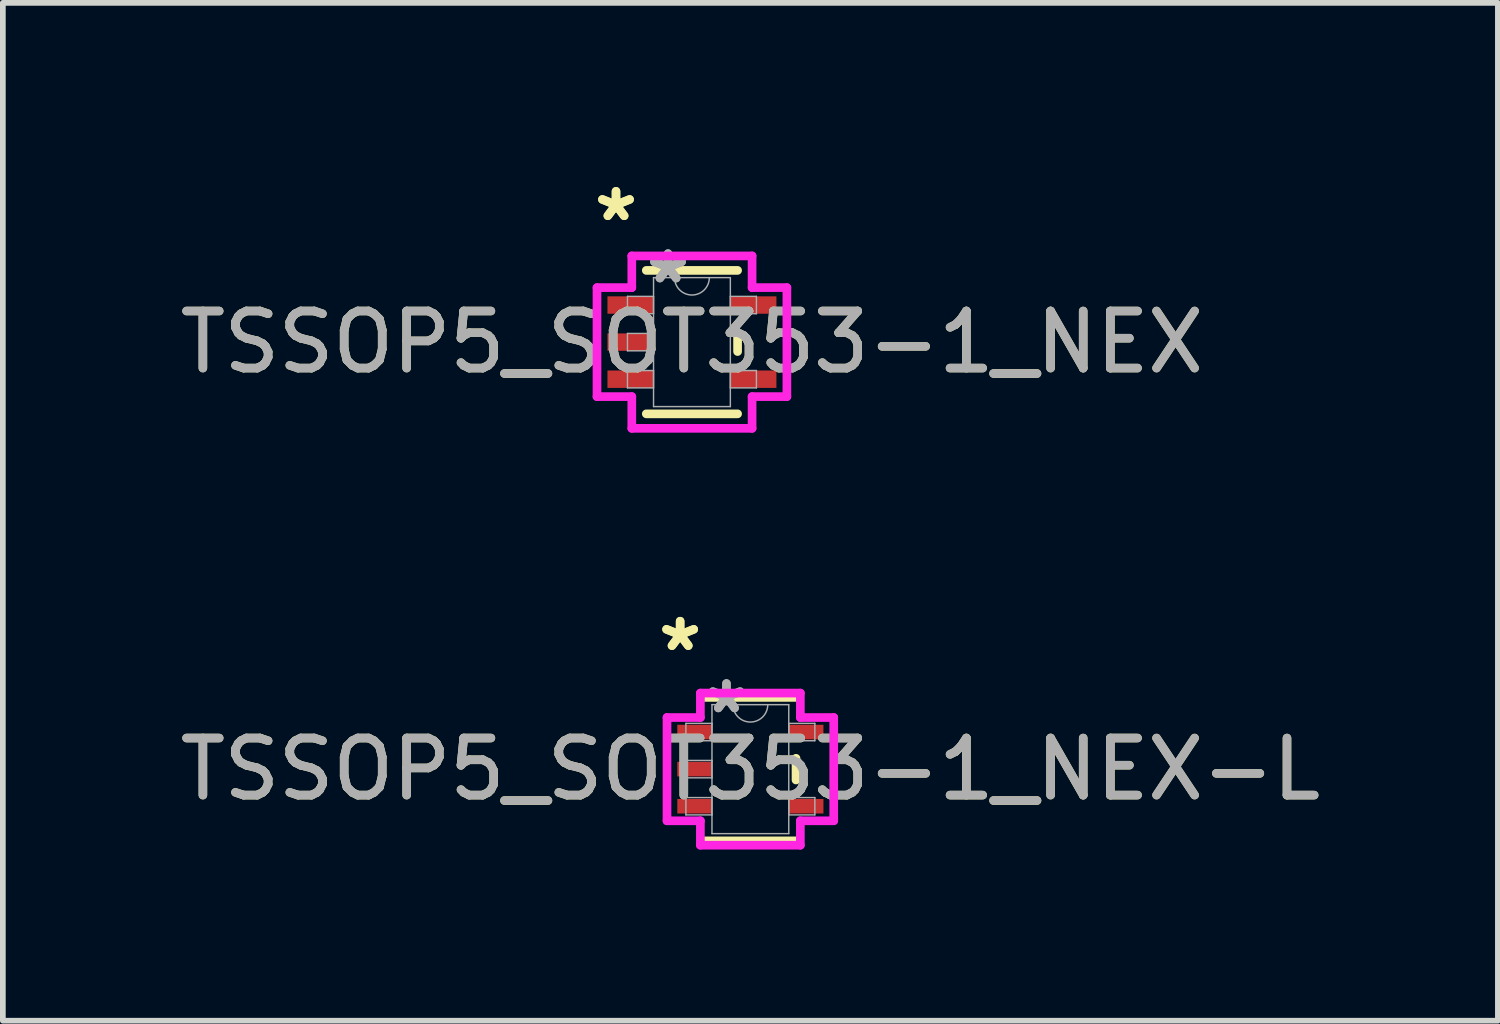
<source format=kicad_pcb>
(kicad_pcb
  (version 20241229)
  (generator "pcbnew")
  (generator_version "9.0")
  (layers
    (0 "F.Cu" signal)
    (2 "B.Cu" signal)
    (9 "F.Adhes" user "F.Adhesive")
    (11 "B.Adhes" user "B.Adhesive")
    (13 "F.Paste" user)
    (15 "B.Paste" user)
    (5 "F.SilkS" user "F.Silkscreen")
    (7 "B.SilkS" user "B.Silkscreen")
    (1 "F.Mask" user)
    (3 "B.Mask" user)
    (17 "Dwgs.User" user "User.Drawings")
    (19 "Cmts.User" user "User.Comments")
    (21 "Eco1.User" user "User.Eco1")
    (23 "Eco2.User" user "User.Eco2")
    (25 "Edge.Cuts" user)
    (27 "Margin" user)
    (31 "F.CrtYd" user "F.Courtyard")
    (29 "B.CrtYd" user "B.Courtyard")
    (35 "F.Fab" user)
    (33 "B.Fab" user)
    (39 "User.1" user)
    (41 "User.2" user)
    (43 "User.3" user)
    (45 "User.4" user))
  (footprint "TSSOP5_SOT353-1_NEX"
    (layer "F.Cu")
    (at 9.077 2.946)
    (property "Reference" "TSSOP5_SOT353-1_NEX" (at 0 0 0) (unlocked yes) (layer "F.SilkS") (effects (font (size 1 1) (thickness 0.15))))
    (attr smd)
    (fp_line (start -0.8 1.257) (end 0.8 1.257) (stroke (width 0.152) (type solid)) (layer "F.SilkS"))
    (fp_line (start 0.8 -1.257) (end -0.8 -1.257) (stroke (width 0.152) (type solid)) (layer "F.SilkS"))
    (fp_line (start 0.8 0.165) (end 0.8 -0.165) (stroke (width 0.152) (type solid)) (layer "F.SilkS"))
    (fp_line (start -1.664 -0.955) (end -1.054 -0.955) (stroke (width 0.152) (type solid)) (layer "F.CrtYd"))
    (fp_line (start -1.664 0.955) (end -1.664 -0.955) (stroke (width 0.152) (type solid)) (layer "F.CrtYd"))
    (fp_line (start -1.054 -1.511) (end 1.054 -1.511) (stroke (width 0.152) (type solid)) (layer "F.CrtYd"))
    (fp_line (start -1.054 -0.955) (end -1.054 -1.511) (stroke (width 0.152) (type solid)) (layer "F.CrtYd"))
    (fp_line (start -1.054 0.955) (end -1.664 0.955) (stroke (width 0.152) (type solid)) (layer "F.CrtYd"))
    (fp_line (start -1.054 1.511) (end -1.054 0.955) (stroke (width 0.152) (type solid)) (layer "F.CrtYd"))
    (fp_line (start 1.054 -1.511) (end 1.054 -0.955) (stroke (width 0.152) (type solid)) (layer "F.CrtYd"))
    (fp_line (start 1.054 -0.955) (end 1.664 -0.955) (stroke (width 0.152) (type solid)) (layer "F.CrtYd"))
    (fp_line (start 1.054 0.955) (end 1.054 1.511) (stroke (width 0.152) (type solid)) (layer "F.CrtYd"))
    (fp_line (start 1.054 1.511) (end -1.054 1.511) (stroke (width 0.152) (type solid)) (layer "F.CrtYd"))
    (fp_line (start 1.664 -0.955) (end 1.664 0.955) (stroke (width 0.152) (type solid)) (layer "F.CrtYd"))
    (fp_line (start 1.664 0.955) (end 1.054 0.955) (stroke (width 0.152) (type solid)) (layer "F.CrtYd"))
    (fp_line (start -1.13 -0.802) (end -1.13 -0.498) (stroke (width 0.025) (type solid)) (layer "F.Fab"))
    (fp_line (start -1.13 -0.498) (end -0.673 -0.498) (stroke (width 0.025) (type solid)) (layer "F.Fab"))
    (fp_line (start -1.13 -0.152) (end -1.13 0.152) (stroke (width 0.025) (type solid)) (layer "F.Fab"))
    (fp_line (start -1.13 0.152) (end -0.673 0.152) (stroke (width 0.025) (type solid)) (layer "F.Fab"))
    (fp_line (start -1.13 0.498) (end -1.13 0.802) (stroke (width 0.025) (type solid)) (layer "F.Fab"))
    (fp_line (start -1.13 0.802) (end -0.673 0.802) (stroke (width 0.025) (type solid)) (layer "F.Fab"))
    (fp_line (start -0.673 -1.13) (end -0.673 1.13) (stroke (width 0.025) (type solid)) (layer "F.Fab"))
    (fp_line (start -0.673 -0.802) (end -1.13 -0.802) (stroke (width 0.025) (type solid)) (layer "F.Fab"))
    (fp_line (start -0.673 -0.498) (end -0.673 -0.802) (stroke (width 0.025) (type solid)) (layer "F.Fab"))
    (fp_line (start -0.673 -0.152) (end -1.13 -0.152) (stroke (width 0.025) (type solid)) (layer "F.Fab"))
    (fp_line (start -0.673 0.152) (end -0.673 -0.152) (stroke (width 0.025) (type solid)) (layer "F.Fab"))
    (fp_line (start -0.673 0.498) (end -1.13 0.498) (stroke (width 0.025) (type solid)) (layer "F.Fab"))
    (fp_line (start -0.673 0.802) (end -0.673 0.498) (stroke (width 0.025) (type solid)) (layer "F.Fab"))
    (fp_line (start -0.673 1.13) (end 0.673 1.13) (stroke (width 0.025) (type solid)) (layer "F.Fab"))
    (fp_line (start 0.673 -1.13) (end -0.673 -1.13) (stroke (width 0.025) (type solid)) (layer "F.Fab"))
    (fp_line (start 0.673 -0.802) (end 0.673 -0.498) (stroke (width 0.025) (type solid)) (layer "F.Fab"))
    (fp_line (start 0.673 -0.498) (end 1.13 -0.498) (stroke (width 0.025) (type solid)) (layer "F.Fab"))
    (fp_line (start 0.673 0.498) (end 0.673 0.802) (stroke (width 0.025) (type solid)) (layer "F.Fab"))
    (fp_line (start 0.673 0.802) (end 1.13 0.802) (stroke (width 0.025) (type solid)) (layer "F.Fab"))
    (fp_line (start 0.673 1.13) (end 0.673 -1.13) (stroke (width 0.025) (type solid)) (layer "F.Fab"))
    (fp_line (start 1.13 -0.802) (end 0.673 -0.802) (stroke (width 0.025) (type solid)) (layer "F.Fab"))
    (fp_line (start 1.13 -0.498) (end 1.13 -0.802) (stroke (width 0.025) (type solid)) (layer "F.Fab"))
    (fp_line (start 1.13 0.498) (end 0.673 0.498) (stroke (width 0.025) (type solid)) (layer "F.Fab"))
    (fp_line (start 1.13 0.802) (end 1.13 0.498) (stroke (width 0.025) (type solid)) (layer "F.Fab"))
    (fp_arc (start 0.3048 -1.1303) (mid 0 -0.8255) (end -0.3048 -1.1303) (stroke (width 0.0254) (type solid)) (layer "F.Fab"))
    (fp_text user "*" (at -1.331 -2.098 0) (unlocked yes) (layer "F.SilkS") (effects (font (size 1 1) (thickness 0.15))))
    (fp_text user "*" (at -1.331 -2.098 0) (layer "F.SilkS") (effects (font (size 1 1) (thickness 0.15))))
    (fp_text user "*" (at -0.419 -1.006 0) (layer "F.Fab") (effects (font (size 1 1) (thickness 0.15))))
    (fp_text user "${REFERENCE}" (at 0 0 0) (unlocked yes) (layer "F.Fab") (effects (font (size 1 1) (thickness 0.15))))
    (fp_text user "*" (at -0.419 -1.006 0) (unlocked yes) (layer "F.Fab") (effects (font (size 1 1) (thickness 0.15))))
    (pad "1" smd rect (at -1.077 -0.65) (size 0.807 0.305) (layers "F.Cu" "F.Mask" "F.Paste"))
    (pad "2" smd rect (at -1.077 0) (size 0.807 0.305) (layers "F.Cu" "F.Mask" "F.Paste"))
    (pad "3" smd rect (at -1.077 0.65) (size 0.807 0.305) (layers "F.Cu" "F.Mask" "F.Paste"))
    (pad "4" smd rect (at 1.077 0.65) (size 0.807 0.305) (layers "F.Cu" "F.Mask" "F.Paste"))
    (pad "5" smd rect (at 1.077 -0.65) (size 0.807 0.305) (layers "F.Cu" "F.Mask" "F.Paste")))
  (footprint "TSSOP5_SOT353-1_NEX-L"
    (layer "F.Cu")
    (at 10.101 10.43)
    (property "Reference" "TSSOP5_SOT353-1_NEX-L" (at 0 0 0) (unlocked yes) (layer "F.SilkS") (effects (font (size 1 1) (thickness 0.15))))
    (attr smd)
    (fp_line (start -0.8 1.257) (end 0.8 1.257) (stroke (width 0.152) (type solid)) (layer "F.SilkS"))
    (fp_line (start 0.8 -1.257) (end -0.8 -1.257) (stroke (width 0.152) (type solid)) (layer "F.SilkS"))
    (fp_line (start 0.8 0.19) (end 0.8 -0.19) (stroke (width 0.152) (type solid)) (layer "F.SilkS"))
    (fp_line (start -1.461 -0.905) (end -0.876 -0.905) (stroke (width 0.152) (type solid)) (layer "F.CrtYd"))
    (fp_line (start -1.461 0.905) (end -1.461 -0.905) (stroke (width 0.152) (type solid)) (layer "F.CrtYd"))
    (fp_line (start -0.876 -1.333) (end 0.876 -1.333) (stroke (width 0.152) (type solid)) (layer "F.CrtYd"))
    (fp_line (start -0.876 -0.905) (end -0.876 -1.333) (stroke (width 0.152) (type solid)) (layer "F.CrtYd"))
    (fp_line (start -0.876 0.905) (end -1.461 0.905) (stroke (width 0.152) (type solid)) (layer "F.CrtYd"))
    (fp_line (start -0.876 1.333) (end -0.876 0.905) (stroke (width 0.152) (type solid)) (layer "F.CrtYd"))
    (fp_line (start 0.876 -1.333) (end 0.876 -0.905) (stroke (width 0.152) (type solid)) (layer "F.CrtYd"))
    (fp_line (start 0.876 -0.905) (end 1.461 -0.905) (stroke (width 0.152) (type solid)) (layer "F.CrtYd"))
    (fp_line (start 0.876 0.905) (end 0.876 1.333) (stroke (width 0.152) (type solid)) (layer "F.CrtYd"))
    (fp_line (start 0.876 1.333) (end -0.876 1.333) (stroke (width 0.152) (type solid)) (layer "F.CrtYd"))
    (fp_line (start 1.461 -0.905) (end 1.461 0.905) (stroke (width 0.152) (type solid)) (layer "F.CrtYd"))
    (fp_line (start 1.461 0.905) (end 0.876 0.905) (stroke (width 0.152) (type solid)) (layer "F.CrtYd"))
    (fp_line (start -1.13 -0.802) (end -1.13 -0.498) (stroke (width 0.025) (type solid)) (layer "F.Fab"))
    (fp_line (start -1.13 -0.498) (end -0.673 -0.498) (stroke (width 0.025) (type solid)) (layer "F.Fab"))
    (fp_line (start -1.13 -0.152) (end -1.13 0.152) (stroke (width 0.025) (type solid)) (layer "F.Fab"))
    (fp_line (start -1.13 0.152) (end -0.673 0.152) (stroke (width 0.025) (type solid)) (layer "F.Fab"))
    (fp_line (start -1.13 0.498) (end -1.13 0.802) (stroke (width 0.025) (type solid)) (layer "F.Fab"))
    (fp_line (start -1.13 0.802) (end -0.673 0.802) (stroke (width 0.025) (type solid)) (layer "F.Fab"))
    (fp_line (start -0.673 -1.13) (end -0.673 1.13) (stroke (width 0.025) (type solid)) (layer "F.Fab"))
    (fp_line (start -0.673 -0.802) (end -1.13 -0.802) (stroke (width 0.025) (type solid)) (layer "F.Fab"))
    (fp_line (start -0.673 -0.498) (end -0.673 -0.802) (stroke (width 0.025) (type solid)) (layer "F.Fab"))
    (fp_line (start -0.673 -0.152) (end -1.13 -0.152) (stroke (width 0.025) (type solid)) (layer "F.Fab"))
    (fp_line (start -0.673 0.152) (end -0.673 -0.152) (stroke (width 0.025) (type solid)) (layer "F.Fab"))
    (fp_line (start -0.673 0.498) (end -1.13 0.498) (stroke (width 0.025) (type solid)) (layer "F.Fab"))
    (fp_line (start -0.673 0.802) (end -0.673 0.498) (stroke (width 0.025) (type solid)) (layer "F.Fab"))
    (fp_line (start -0.673 1.13) (end 0.673 1.13) (stroke (width 0.025) (type solid)) (layer "F.Fab"))
    (fp_line (start 0.673 -1.13) (end -0.673 -1.13) (stroke (width 0.025) (type solid)) (layer "F.Fab"))
    (fp_line (start 0.673 -0.802) (end 0.673 -0.498) (stroke (width 0.025) (type solid)) (layer "F.Fab"))
    (fp_line (start 0.673 -0.498) (end 1.13 -0.498) (stroke (width 0.025) (type solid)) (layer "F.Fab"))
    (fp_line (start 0.673 0.498) (end 0.673 0.802) (stroke (width 0.025) (type solid)) (layer "F.Fab"))
    (fp_line (start 0.673 0.802) (end 1.13 0.802) (stroke (width 0.025) (type solid)) (layer "F.Fab"))
    (fp_line (start 0.673 1.13) (end 0.673 -1.13) (stroke (width 0.025) (type solid)) (layer "F.Fab"))
    (fp_line (start 1.13 -0.802) (end 0.673 -0.802) (stroke (width 0.025) (type solid)) (layer "F.Fab"))
    (fp_line (start 1.13 -0.498) (end 1.13 -0.802) (stroke (width 0.025) (type solid)) (layer "F.Fab"))
    (fp_line (start 1.13 0.498) (end 0.673 0.498) (stroke (width 0.025) (type solid)) (layer "F.Fab"))
    (fp_line (start 1.13 0.802) (end 1.13 0.498) (stroke (width 0.025) (type solid)) (layer "F.Fab"))
    (fp_arc (start 0.3048 -1.1303) (mid 0 -0.8255) (end -0.3048 -1.1303) (stroke (width 0.0254) (type solid)) (layer "F.Fab"))
    (fp_text user "*" (at -1.231 -2.048 0) (layer "F.SilkS") (effects (font (size 1 1) (thickness 0.15))))
    (fp_text user "*" (at -1.231 -2.048 0) (unlocked yes) (layer "F.SilkS") (effects (font (size 1 1) (thickness 0.15))))
    (fp_text user "*" (at -0.419 -0.956 0) (unlocked yes) (layer "F.Fab") (effects (font (size 1 1) (thickness 0.15))))
    (fp_text user "*" (at -0.419 -0.956 0) (layer "F.Fab") (effects (font (size 1 1) (thickness 0.15))))
    (fp_text user "${REFERENCE}" (at 0 0 0) (unlocked yes) (layer "F.Fab") (effects (font (size 1 1) (thickness 0.15))))
    (pad "1" smd rect (at -0.977 -0.65) (size 0.607 0.255) (layers "F.Cu" "F.Mask" "F.Paste"))
    (pad "2" smd rect (at -0.977 0) (size 0.607 0.255) (layers "F.Cu" "F.Mask" "F.Paste"))
    (pad "3" smd rect (at -0.977 0.65) (size 0.607 0.255) (layers "F.Cu" "F.Mask" "F.Paste"))
    (pad "4" smd rect (at 0.977 0.65) (size 0.607 0.255) (layers "F.Cu" "F.Mask" "F.Paste"))
    (pad "5" smd rect (at 0.977 -0.65) (size 0.607 0.255) (layers "F.Cu" "F.Mask" "F.Paste")))
  (gr_rect
    (start -3 -3)
    (end 23.202 14.839)
    (stroke (width 0.1) (type default))
    (fill no)
    (layer "Edge.Cuts")))
</source>
